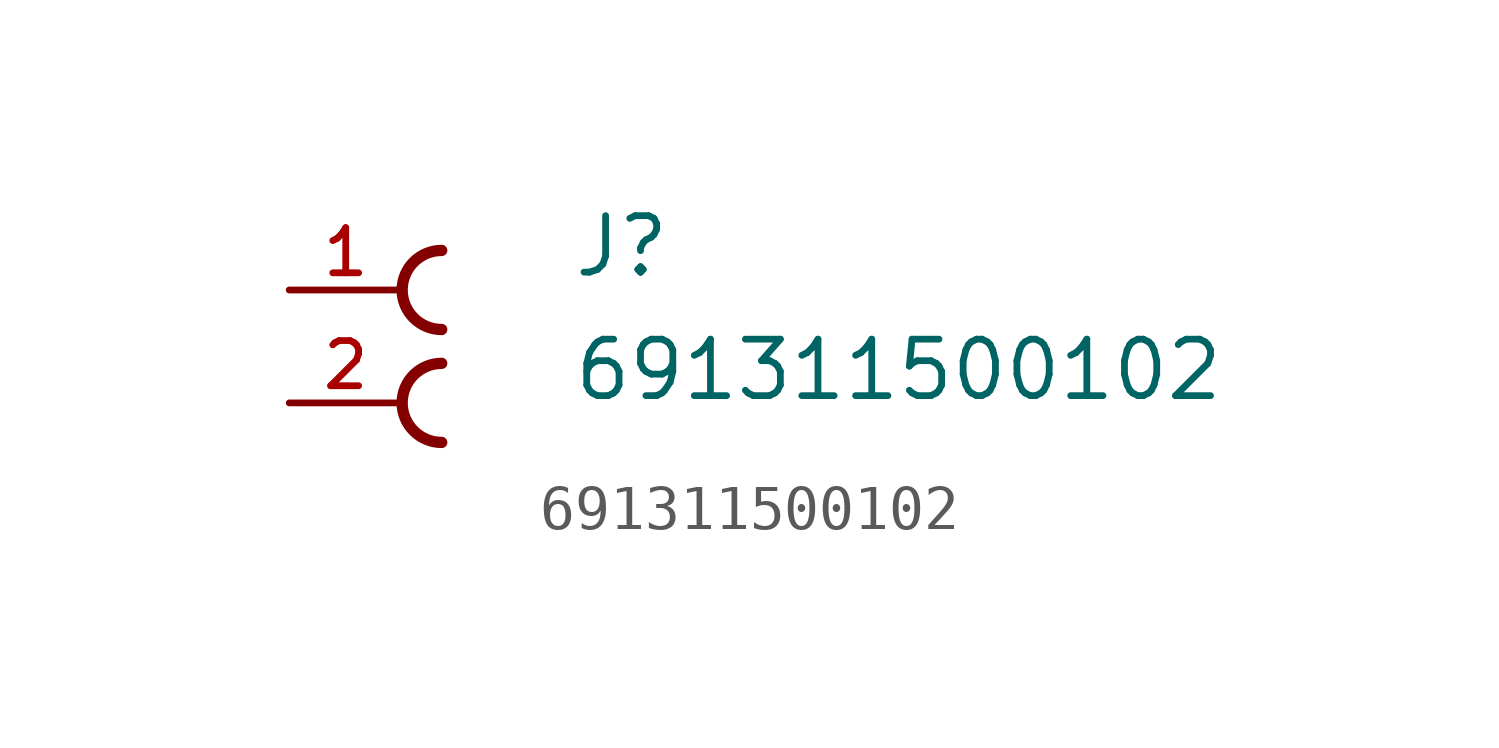
<source format=kicad_sym>
(kicad_symbol_lib
  (version 20211014)
  (generator kicad_symbol_editor)
  (symbol "691311500102"
    (pin_names
      (offset 1.016))
    (property "Reference" "J"
      (at 1.27 0.238 0)
      (effects (font (size 1.27 1.27)) (justify bottom left)))
    (property "Value" "691311500102"
      (at 1.27 -2.54 0)
      (effects (font (size 1.27 1.27)) (justify bottom left)))
    (symbol "691311500102_0_0"
      (arc (start -1.651 -0.889) (mid -2.54 0.0) (end -1.651 0.889) (stroke (width 0.254) (type default) (color 0 0 0 0)) (fill (type none)))
      (arc (start -1.651 -3.429) (mid -2.54 -2.54) (end -1.651 -1.651) (stroke (width 0.254) (type default) (color 0 0 0 0)) (fill (type none)))
      (pin passive line (at -5.08 0.0 0) (length 2.54) (name "~" (effects (font (size 1.016 1.016)))) (number "1" (effects (font (size 1.016 1.016)))))
      (pin passive line (at -5.08 -2.54 0) (length 2.54) (name "~" (effects (font (size 1.016 1.016)))) (number "2" (effects (font (size 1.016 1.016))))))))
</source>
